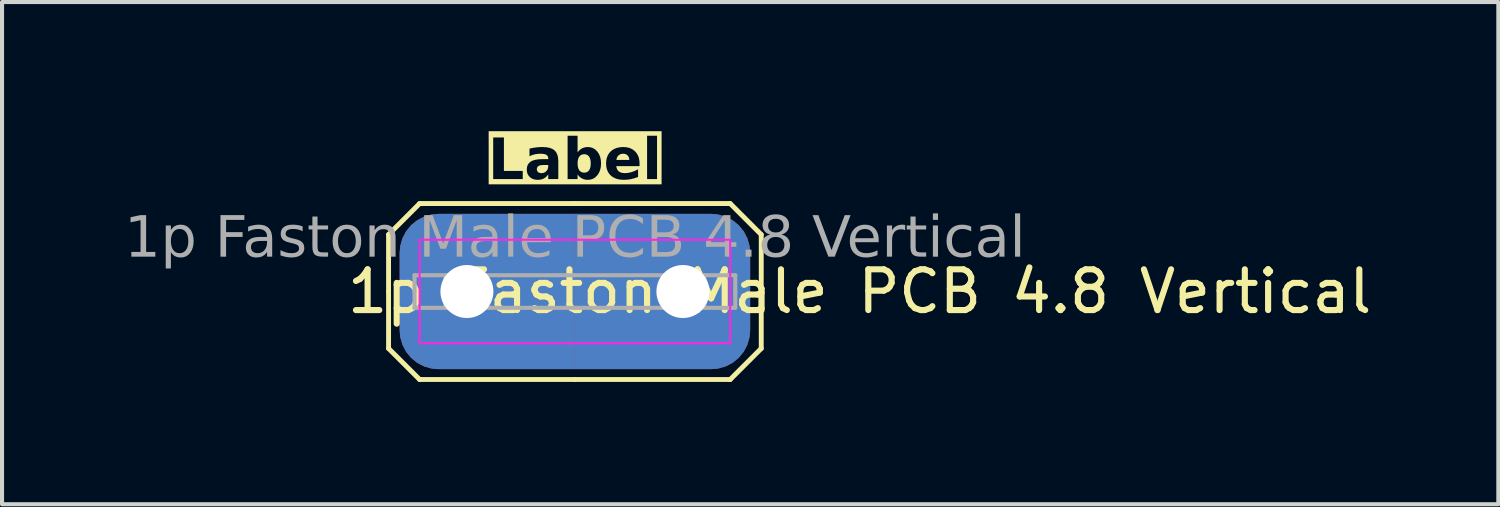
<source format=kicad_pcb>
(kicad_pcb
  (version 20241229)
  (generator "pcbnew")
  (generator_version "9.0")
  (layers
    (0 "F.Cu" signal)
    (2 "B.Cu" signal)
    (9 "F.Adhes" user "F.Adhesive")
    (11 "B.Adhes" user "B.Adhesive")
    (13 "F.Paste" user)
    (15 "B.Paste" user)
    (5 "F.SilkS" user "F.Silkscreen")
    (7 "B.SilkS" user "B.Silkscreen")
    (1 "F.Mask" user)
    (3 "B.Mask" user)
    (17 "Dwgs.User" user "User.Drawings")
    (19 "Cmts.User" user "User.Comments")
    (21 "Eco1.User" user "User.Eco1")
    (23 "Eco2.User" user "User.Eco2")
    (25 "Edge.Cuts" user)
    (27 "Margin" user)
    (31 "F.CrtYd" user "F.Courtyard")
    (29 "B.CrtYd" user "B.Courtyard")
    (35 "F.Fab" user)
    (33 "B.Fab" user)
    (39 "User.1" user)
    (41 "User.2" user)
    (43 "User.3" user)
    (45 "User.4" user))
  (footprint "1p Faston Male PCB 4.8 Vertical"
    (layer "F.Cu")
    (at 11.056 4.103)
    (property "Reference" "1p Faston Male PCB 4.8 Vertical" (at 6.985 0 0) (unlocked yes) (layer "F.SilkS") (effects (font (size 1 1) (thickness 0.15))))
    (property "Label" "Label" (at 0 -3.175 0) (layer "F.SilkS" knockout) (effects (font (face "Tahoma") (size 1 1) (thickness 0.2) (bold yes))))
    (attr through_hole)
    (fp_line (start -4.572 -1.397) (end -4.572 0) (stroke (width 0.12) (type solid)) (layer "F.SilkS"))
    (fp_line (start -4.572 -1.397) (end -3.81 -2.159) (stroke (width 0.12) (type solid)) (layer "F.SilkS"))
    (fp_line (start -4.572 1.397) (end -4.572 0) (stroke (width 0.12) (type solid)) (layer "F.SilkS"))
    (fp_line (start -4.572 1.397) (end -3.81 2.159) (stroke (width 0.12) (type solid)) (layer "F.SilkS"))
    (fp_line (start -3.81 -2.159) (end 0 -2.159) (stroke (width 0.12) (type solid)) (layer "F.SilkS"))
    (fp_line (start -3.81 2.159) (end 0 2.159) (stroke (width 0.12) (type solid)) (layer "F.SilkS"))
    (fp_line (start 3.81 -2.159) (end 0 -2.159) (stroke (width 0.12) (type solid)) (layer "F.SilkS"))
    (fp_line (start 3.81 2.159) (end 0 2.159) (stroke (width 0.12) (type solid)) (layer "F.SilkS"))
    (fp_line (start 4.572 -1.397) (end 3.81 -2.159) (stroke (width 0.12) (type solid)) (layer "F.SilkS"))
    (fp_line (start 4.572 -1.397) (end 4.572 0) (stroke (width 0.12) (type solid)) (layer "F.SilkS"))
    (fp_line (start 4.572 1.397) (end 3.81 2.159) (stroke (width 0.12) (type solid)) (layer "F.SilkS"))
    (fp_line (start 4.572 1.397) (end 4.572 0) (stroke (width 0.12) (type solid)) (layer "F.SilkS"))
    (fp_rect (start -3.81 -1.27) (end 3.81 1.27) (stroke (width 0.05) (type default)) (fill no) (layer "F.CrtYd"))
    (fp_line (start -3.935 0) (end -3.935 -0.4) (stroke (width 0.1) (type solid)) (layer "F.Fab"))
    (fp_line (start -3.935 0) (end -3.935 0.4) (stroke (width 0.1) (type solid)) (layer "F.Fab"))
    (fp_line (start -3.175 0) (end -3.175 -0.4) (stroke (width 0.1) (type solid)) (layer "F.Fab"))
    (fp_line (start -3.175 0) (end -3.175 0.4) (stroke (width 0.1) (type solid)) (layer "F.Fab"))
    (fp_line (start 0 -0.4) (end -3.935 -0.4) (stroke (width 0.1) (type solid)) (layer "F.Fab"))
    (fp_line (start 0 -0.4) (end 3.935 -0.4) (stroke (width 0.1) (type solid)) (layer "F.Fab"))
    (fp_line (start 0 0.4) (end -3.935 0.4) (stroke (width 0.1) (type solid)) (layer "F.Fab"))
    (fp_line (start 0 0.4) (end 3.935 0.4) (stroke (width 0.1) (type solid)) (layer "F.Fab"))
    (fp_line (start 3.175 0) (end 3.175 -0.4) (stroke (width 0.1) (type solid)) (layer "F.Fab"))
    (fp_line (start 3.175 0) (end 3.175 0.4) (stroke (width 0.1) (type solid)) (layer "F.Fab"))
    (fp_line (start 3.935 0) (end 3.935 -0.4) (stroke (width 0.1) (type solid)) (layer "F.Fab"))
    (fp_line (start 3.935 0) (end 3.935 0.4) (stroke (width 0.1) (type solid)) (layer "F.Fab"))
    (fp_text user "${REFERENCE}" (at 0 -1.27 0) (layer "F.Fab") (effects (font (face "Tahoma") (size 1 1) (thickness 0.15))))
    (pad "1" thru_hole roundrect (at -2.65 0) (size 4.3 3.81) (drill 1.3 (offset 0.5 0)) (layers "*.Cu" "*.Mask") (remove_unused_layers yes) (keep_end_layers yes) (zone_layer_connections) (roundrect_rratio 0.25) (chamfer_ratio 0) (chamfer top_right bottom_right))
    (pad "1" thru_hole roundrect (at 2.65 0 180) (size 4.3 3.81) (drill 1.3 (offset 0.5 0)) (layers "*.Cu" "*.Mask") (remove_unused_layers yes) (keep_end_layers yes) (zone_layer_connections) (roundrect_rratio 0.25) (chamfer_ratio 0) (chamfer top_right bottom_right)))
  (gr_rect
    (start -3 -3)
    (end 33.714 9.322)
    (stroke (width 0.1) (type default))
    (fill no)
    (layer "Edge.Cuts")))
</source>
